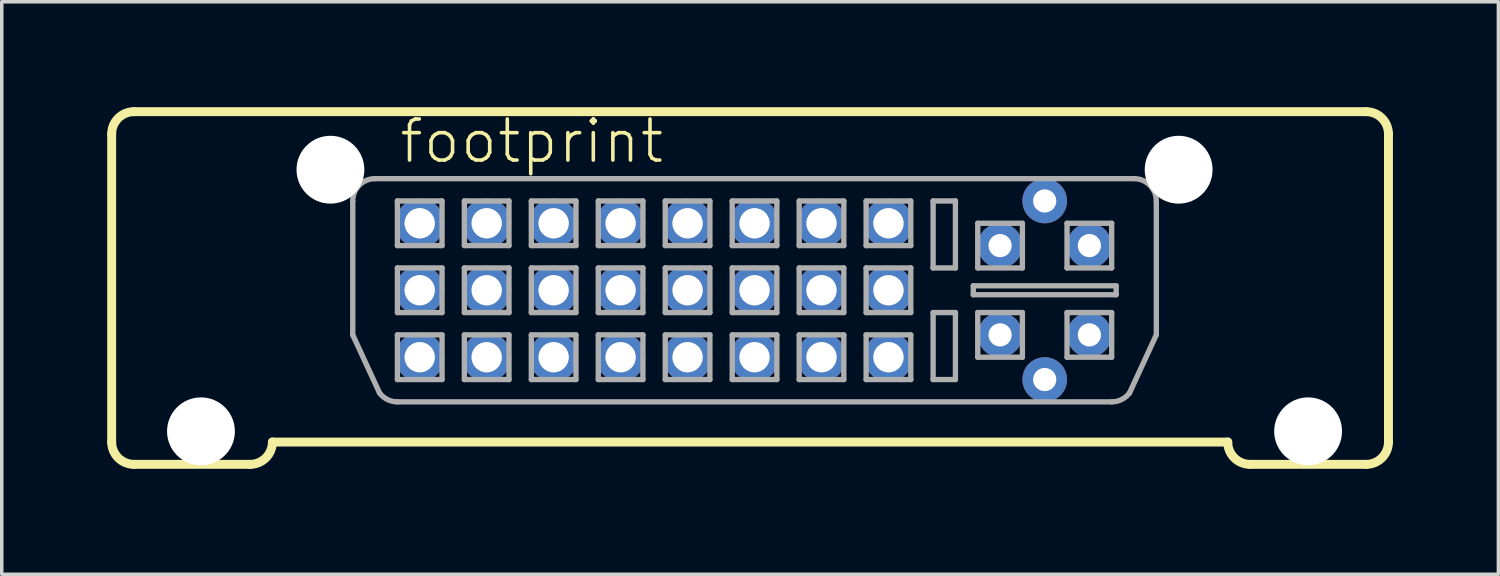
<source format=kicad_pcb>
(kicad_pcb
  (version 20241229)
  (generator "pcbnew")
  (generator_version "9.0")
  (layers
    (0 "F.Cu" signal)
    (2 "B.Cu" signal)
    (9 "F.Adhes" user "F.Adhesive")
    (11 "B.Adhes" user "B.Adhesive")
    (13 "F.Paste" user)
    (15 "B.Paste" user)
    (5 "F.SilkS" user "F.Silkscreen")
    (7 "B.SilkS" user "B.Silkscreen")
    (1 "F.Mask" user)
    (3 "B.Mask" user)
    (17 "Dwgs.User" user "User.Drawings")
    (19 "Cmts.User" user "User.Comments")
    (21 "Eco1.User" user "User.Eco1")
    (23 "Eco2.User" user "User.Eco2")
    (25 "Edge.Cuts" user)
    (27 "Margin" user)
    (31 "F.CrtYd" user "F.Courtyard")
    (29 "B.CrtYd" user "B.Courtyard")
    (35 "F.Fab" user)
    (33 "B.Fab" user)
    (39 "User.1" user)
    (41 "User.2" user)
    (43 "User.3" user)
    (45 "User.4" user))
  (footprint "footprint"
    (layer "F.Cu")
    (at 18.415 4.572)
    (property "Reference" "footprint" (at -10.16 -2.921 0) (layer "F.SilkS") (effects (font (size 1.168 1.168) (thickness 0.102)) (justify left bottom)))
    (fp_line (start -18.288 4.953) (end -18.288 -3.81) (stroke (width 0.254) (type solid)) (layer "F.SilkS"))
    (fp_line (start -17.653 5.588) (end -14.351 5.588) (stroke (width 0.254) (type solid)) (layer "F.SilkS"))
    (fp_line (start -13.716 4.953) (end 13.462 4.953) (stroke (width 0.254) (type solid)) (layer "F.SilkS"))
    (fp_line (start 14.097 5.588) (end 17.399 5.588) (stroke (width 0.254) (type solid)) (layer "F.SilkS"))
    (fp_line (start 17.399 -4.445) (end -17.653 -4.445) (stroke (width 0.254) (type solid)) (layer "F.SilkS"))
    (fp_line (start 18.034 4.953) (end 18.034 -3.81) (stroke (width 0.254) (type solid)) (layer "F.SilkS"))
    (fp_arc (start -18.288 -3.81) (mid -18.102013 -4.259013) (end -17.653 -4.445) (stroke (width 0.254) (type solid)) (layer "F.SilkS"))
    (fp_arc (start -17.653 5.588) (mid -18.102013 5.402013) (end -18.288 4.953) (stroke (width 0.254) (type solid)) (layer "F.SilkS"))
    (fp_arc (start -13.716 4.953) (mid -13.901987 5.402013) (end -14.351 5.588) (stroke (width 0.254) (type solid)) (layer "F.SilkS"))
    (fp_arc (start 14.097 5.588) (mid 13.647987 5.402013) (end 13.462 4.953) (stroke (width 0.254) (type solid)) (layer "F.SilkS"))
    (fp_arc (start 17.399 -4.445) (mid 17.848013 -4.259013) (end 18.034 -3.81) (stroke (width 0.254) (type solid)) (layer "F.SilkS"))
    (fp_arc (start 18.034 4.953) (mid 17.848013 5.402013) (end 17.399 5.588) (stroke (width 0.254) (type solid)) (layer "F.SilkS"))
    (fp_line (start -11.43 -1.905) (end -11.43 1.905) (stroke (width 0.152) (type solid)) (layer "F.Fab"))
    (fp_line (start -11.43 1.905) (end -10.668 3.556) (stroke (width 0.152) (type solid)) (layer "F.Fab"))
    (fp_line (start -10.795 -2.54) (end 10.795 -2.54) (stroke (width 0.152) (type solid)) (layer "F.Fab"))
    (fp_line (start -10.16 -1.905) (end -10.16 -0.635) (stroke (width 0.152) (type solid)) (layer "F.Fab"))
    (fp_line (start -10.16 -0.635) (end -8.89 -0.635) (stroke (width 0.152) (type solid)) (layer "F.Fab"))
    (fp_line (start -10.16 0) (end -10.16 1.27) (stroke (width 0.152) (type solid)) (layer "F.Fab"))
    (fp_line (start -10.16 1.27) (end -8.89 1.27) (stroke (width 0.152) (type solid)) (layer "F.Fab"))
    (fp_line (start -10.16 1.905) (end -10.16 3.175) (stroke (width 0.152) (type solid)) (layer "F.Fab"))
    (fp_line (start -10.16 3.175) (end -8.89 3.175) (stroke (width 0.152) (type solid)) (layer "F.Fab"))
    (fp_line (start -10.16 3.81) (end 10.16 3.81) (stroke (width 0.152) (type solid)) (layer "F.Fab"))
    (fp_line (start -8.89 -1.905) (end -10.16 -1.905) (stroke (width 0.152) (type solid)) (layer "F.Fab"))
    (fp_line (start -8.89 -0.635) (end -8.89 -1.905) (stroke (width 0.152) (type solid)) (layer "F.Fab"))
    (fp_line (start -8.89 0) (end -10.16 0) (stroke (width 0.152) (type solid)) (layer "F.Fab"))
    (fp_line (start -8.89 1.27) (end -8.89 0) (stroke (width 0.152) (type solid)) (layer "F.Fab"))
    (fp_line (start -8.89 1.905) (end -10.16 1.905) (stroke (width 0.152) (type solid)) (layer "F.Fab"))
    (fp_line (start -8.89 3.175) (end -8.89 1.905) (stroke (width 0.152) (type solid)) (layer "F.Fab"))
    (fp_line (start -8.255 -1.905) (end -8.255 -0.635) (stroke (width 0.152) (type solid)) (layer "F.Fab"))
    (fp_line (start -8.255 -0.635) (end -6.985 -0.635) (stroke (width 0.152) (type solid)) (layer "F.Fab"))
    (fp_line (start -8.255 0) (end -8.255 1.27) (stroke (width 0.152) (type solid)) (layer "F.Fab"))
    (fp_line (start -8.255 1.27) (end -6.985 1.27) (stroke (width 0.152) (type solid)) (layer "F.Fab"))
    (fp_line (start -8.255 1.905) (end -8.255 3.175) (stroke (width 0.152) (type solid)) (layer "F.Fab"))
    (fp_line (start -8.255 3.175) (end -6.985 3.175) (stroke (width 0.152) (type solid)) (layer "F.Fab"))
    (fp_line (start -6.985 -1.905) (end -8.255 -1.905) (stroke (width 0.152) (type solid)) (layer "F.Fab"))
    (fp_line (start -6.985 -0.635) (end -6.985 -1.905) (stroke (width 0.152) (type solid)) (layer "F.Fab"))
    (fp_line (start -6.985 0) (end -8.255 0) (stroke (width 0.152) (type solid)) (layer "F.Fab"))
    (fp_line (start -6.985 1.27) (end -6.985 0) (stroke (width 0.152) (type solid)) (layer "F.Fab"))
    (fp_line (start -6.985 1.905) (end -8.255 1.905) (stroke (width 0.152) (type solid)) (layer "F.Fab"))
    (fp_line (start -6.985 3.175) (end -6.985 1.905) (stroke (width 0.152) (type solid)) (layer "F.Fab"))
    (fp_line (start -6.35 -1.905) (end -6.35 -0.635) (stroke (width 0.152) (type solid)) (layer "F.Fab"))
    (fp_line (start -6.35 -0.635) (end -5.08 -0.635) (stroke (width 0.152) (type solid)) (layer "F.Fab"))
    (fp_line (start -6.35 0) (end -6.35 1.27) (stroke (width 0.152) (type solid)) (layer "F.Fab"))
    (fp_line (start -6.35 1.27) (end -5.08 1.27) (stroke (width 0.152) (type solid)) (layer "F.Fab"))
    (fp_line (start -6.35 1.905) (end -6.35 3.175) (stroke (width 0.152) (type solid)) (layer "F.Fab"))
    (fp_line (start -6.35 3.175) (end -5.08 3.175) (stroke (width 0.152) (type solid)) (layer "F.Fab"))
    (fp_line (start -5.08 -1.905) (end -6.35 -1.905) (stroke (width 0.152) (type solid)) (layer "F.Fab"))
    (fp_line (start -5.08 -0.635) (end -5.08 -1.905) (stroke (width 0.152) (type solid)) (layer "F.Fab"))
    (fp_line (start -5.08 0) (end -6.35 0) (stroke (width 0.152) (type solid)) (layer "F.Fab"))
    (fp_line (start -5.08 1.27) (end -5.08 0) (stroke (width 0.152) (type solid)) (layer "F.Fab"))
    (fp_line (start -5.08 1.905) (end -6.35 1.905) (stroke (width 0.152) (type solid)) (layer "F.Fab"))
    (fp_line (start -5.08 3.175) (end -5.08 1.905) (stroke (width 0.152) (type solid)) (layer "F.Fab"))
    (fp_line (start -4.445 -1.905) (end -4.445 -0.635) (stroke (width 0.152) (type solid)) (layer "F.Fab"))
    (fp_line (start -4.445 -0.635) (end -3.175 -0.635) (stroke (width 0.152) (type solid)) (layer "F.Fab"))
    (fp_line (start -4.445 0) (end -4.445 1.27) (stroke (width 0.152) (type solid)) (layer "F.Fab"))
    (fp_line (start -4.445 1.27) (end -3.175 1.27) (stroke (width 0.152) (type solid)) (layer "F.Fab"))
    (fp_line (start -4.445 1.905) (end -4.445 3.175) (stroke (width 0.152) (type solid)) (layer "F.Fab"))
    (fp_line (start -4.445 3.175) (end -3.175 3.175) (stroke (width 0.152) (type solid)) (layer "F.Fab"))
    (fp_line (start -3.175 -1.905) (end -4.445 -1.905) (stroke (width 0.152) (type solid)) (layer "F.Fab"))
    (fp_line (start -3.175 -0.635) (end -3.175 -1.905) (stroke (width 0.152) (type solid)) (layer "F.Fab"))
    (fp_line (start -3.175 0) (end -4.445 0) (stroke (width 0.152) (type solid)) (layer "F.Fab"))
    (fp_line (start -3.175 1.27) (end -3.175 0) (stroke (width 0.152) (type solid)) (layer "F.Fab"))
    (fp_line (start -3.175 1.905) (end -4.445 1.905) (stroke (width 0.152) (type solid)) (layer "F.Fab"))
    (fp_line (start -3.175 3.175) (end -3.175 1.905) (stroke (width 0.152) (type solid)) (layer "F.Fab"))
    (fp_line (start -2.54 -1.905) (end -2.54 -0.635) (stroke (width 0.152) (type solid)) (layer "F.Fab"))
    (fp_line (start -2.54 -0.635) (end -1.27 -0.635) (stroke (width 0.152) (type solid)) (layer "F.Fab"))
    (fp_line (start -2.54 0) (end -2.54 1.27) (stroke (width 0.152) (type solid)) (layer "F.Fab"))
    (fp_line (start -2.54 1.27) (end -1.27 1.27) (stroke (width 0.152) (type solid)) (layer "F.Fab"))
    (fp_line (start -2.54 1.905) (end -2.54 3.175) (stroke (width 0.152) (type solid)) (layer "F.Fab"))
    (fp_line (start -2.54 3.175) (end -1.27 3.175) (stroke (width 0.152) (type solid)) (layer "F.Fab"))
    (fp_line (start -1.27 -1.905) (end -2.54 -1.905) (stroke (width 0.152) (type solid)) (layer "F.Fab"))
    (fp_line (start -1.27 -0.635) (end -1.27 -1.905) (stroke (width 0.152) (type solid)) (layer "F.Fab"))
    (fp_line (start -1.27 0) (end -2.54 0) (stroke (width 0.152) (type solid)) (layer "F.Fab"))
    (fp_line (start -1.27 1.27) (end -1.27 0) (stroke (width 0.152) (type solid)) (layer "F.Fab"))
    (fp_line (start -1.27 1.905) (end -2.54 1.905) (stroke (width 0.152) (type solid)) (layer "F.Fab"))
    (fp_line (start -1.27 3.175) (end -1.27 1.905) (stroke (width 0.152) (type solid)) (layer "F.Fab"))
    (fp_line (start -0.635 -1.905) (end -0.635 -0.635) (stroke (width 0.152) (type solid)) (layer "F.Fab"))
    (fp_line (start -0.635 -0.635) (end 0.635 -0.635) (stroke (width 0.152) (type solid)) (layer "F.Fab"))
    (fp_line (start -0.635 0) (end -0.635 1.27) (stroke (width 0.152) (type solid)) (layer "F.Fab"))
    (fp_line (start -0.635 1.27) (end 0.635 1.27) (stroke (width 0.152) (type solid)) (layer "F.Fab"))
    (fp_line (start -0.635 1.905) (end -0.635 3.175) (stroke (width 0.152) (type solid)) (layer "F.Fab"))
    (fp_line (start -0.635 3.175) (end 0.635 3.175) (stroke (width 0.152) (type solid)) (layer "F.Fab"))
    (fp_line (start 0.635 -1.905) (end -0.635 -1.905) (stroke (width 0.152) (type solid)) (layer "F.Fab"))
    (fp_line (start 0.635 -0.635) (end 0.635 -1.905) (stroke (width 0.152) (type solid)) (layer "F.Fab"))
    (fp_line (start 0.635 0) (end -0.635 0) (stroke (width 0.152) (type solid)) (layer "F.Fab"))
    (fp_line (start 0.635 1.27) (end 0.635 0) (stroke (width 0.152) (type solid)) (layer "F.Fab"))
    (fp_line (start 0.635 1.905) (end -0.635 1.905) (stroke (width 0.152) (type solid)) (layer "F.Fab"))
    (fp_line (start 0.635 3.175) (end 0.635 1.905) (stroke (width 0.152) (type solid)) (layer "F.Fab"))
    (fp_line (start 1.27 -1.905) (end 1.27 -0.635) (stroke (width 0.152) (type solid)) (layer "F.Fab"))
    (fp_line (start 1.27 -0.635) (end 2.54 -0.635) (stroke (width 0.152) (type solid)) (layer "F.Fab"))
    (fp_line (start 1.27 0) (end 1.27 1.27) (stroke (width 0.152) (type solid)) (layer "F.Fab"))
    (fp_line (start 1.27 1.27) (end 2.54 1.27) (stroke (width 0.152) (type solid)) (layer "F.Fab"))
    (fp_line (start 1.27 1.905) (end 1.27 3.175) (stroke (width 0.152) (type solid)) (layer "F.Fab"))
    (fp_line (start 1.27 3.175) (end 2.54 3.175) (stroke (width 0.152) (type solid)) (layer "F.Fab"))
    (fp_line (start 2.54 -1.905) (end 1.27 -1.905) (stroke (width 0.152) (type solid)) (layer "F.Fab"))
    (fp_line (start 2.54 -0.635) (end 2.54 -1.905) (stroke (width 0.152) (type solid)) (layer "F.Fab"))
    (fp_line (start 2.54 0) (end 1.27 0) (stroke (width 0.152) (type solid)) (layer "F.Fab"))
    (fp_line (start 2.54 1.27) (end 2.54 0) (stroke (width 0.152) (type solid)) (layer "F.Fab"))
    (fp_line (start 2.54 1.905) (end 1.27 1.905) (stroke (width 0.152) (type solid)) (layer "F.Fab"))
    (fp_line (start 2.54 3.175) (end 2.54 1.905) (stroke (width 0.152) (type solid)) (layer "F.Fab"))
    (fp_line (start 3.175 -1.905) (end 3.175 -0.635) (stroke (width 0.152) (type solid)) (layer "F.Fab"))
    (fp_line (start 3.175 -0.635) (end 4.445 -0.635) (stroke (width 0.152) (type solid)) (layer "F.Fab"))
    (fp_line (start 3.175 0) (end 3.175 1.27) (stroke (width 0.152) (type solid)) (layer "F.Fab"))
    (fp_line (start 3.175 1.27) (end 4.445 1.27) (stroke (width 0.152) (type solid)) (layer "F.Fab"))
    (fp_line (start 3.175 1.905) (end 3.175 3.175) (stroke (width 0.152) (type solid)) (layer "F.Fab"))
    (fp_line (start 3.175 3.175) (end 4.445 3.175) (stroke (width 0.152) (type solid)) (layer "F.Fab"))
    (fp_line (start 4.445 -1.905) (end 3.175 -1.905) (stroke (width 0.152) (type solid)) (layer "F.Fab"))
    (fp_line (start 4.445 -0.635) (end 4.445 -1.905) (stroke (width 0.152) (type solid)) (layer "F.Fab"))
    (fp_line (start 4.445 0) (end 3.175 0) (stroke (width 0.152) (type solid)) (layer "F.Fab"))
    (fp_line (start 4.445 1.27) (end 4.445 0) (stroke (width 0.152) (type solid)) (layer "F.Fab"))
    (fp_line (start 4.445 1.905) (end 3.175 1.905) (stroke (width 0.152) (type solid)) (layer "F.Fab"))
    (fp_line (start 4.445 3.175) (end 4.445 1.905) (stroke (width 0.152) (type solid)) (layer "F.Fab"))
    (fp_line (start 5.08 -1.905) (end 5.715 -1.905) (stroke (width 0.152) (type solid)) (layer "F.Fab"))
    (fp_line (start 5.08 0) (end 5.08 -1.905) (stroke (width 0.152) (type solid)) (layer "F.Fab"))
    (fp_line (start 5.08 1.27) (end 5.715 1.27) (stroke (width 0.152) (type solid)) (layer "F.Fab"))
    (fp_line (start 5.08 3.175) (end 5.08 1.27) (stroke (width 0.152) (type solid)) (layer "F.Fab"))
    (fp_line (start 5.715 -1.905) (end 5.715 0) (stroke (width 0.152) (type solid)) (layer "F.Fab"))
    (fp_line (start 5.715 0) (end 5.08 0) (stroke (width 0.152) (type solid)) (layer "F.Fab"))
    (fp_line (start 5.715 1.27) (end 5.715 3.175) (stroke (width 0.152) (type solid)) (layer "F.Fab"))
    (fp_line (start 5.715 3.175) (end 5.08 3.175) (stroke (width 0.152) (type solid)) (layer "F.Fab"))
    (fp_line (start 6.223 0.508) (end 10.287 0.508) (stroke (width 0.152) (type solid)) (layer "F.Fab"))
    (fp_line (start 6.223 0.762) (end 6.223 0.508) (stroke (width 0.152) (type solid)) (layer "F.Fab"))
    (fp_line (start 6.35 -1.27) (end 6.35 0) (stroke (width 0.152) (type solid)) (layer "F.Fab"))
    (fp_line (start 6.35 0) (end 7.62 0) (stroke (width 0.152) (type solid)) (layer "F.Fab"))
    (fp_line (start 6.35 1.27) (end 6.35 2.54) (stroke (width 0.152) (type solid)) (layer "F.Fab"))
    (fp_line (start 6.35 2.54) (end 7.62 2.54) (stroke (width 0.152) (type solid)) (layer "F.Fab"))
    (fp_line (start 7.62 -1.27) (end 6.35 -1.27) (stroke (width 0.152) (type solid)) (layer "F.Fab"))
    (fp_line (start 7.62 0) (end 7.62 -1.27) (stroke (width 0.152) (type solid)) (layer "F.Fab"))
    (fp_line (start 7.62 1.27) (end 6.35 1.27) (stroke (width 0.152) (type solid)) (layer "F.Fab"))
    (fp_line (start 7.62 2.54) (end 7.62 1.27) (stroke (width 0.152) (type solid)) (layer "F.Fab"))
    (fp_line (start 8.89 -1.27) (end 8.89 0) (stroke (width 0.152) (type solid)) (layer "F.Fab"))
    (fp_line (start 8.89 0) (end 10.16 0) (stroke (width 0.152) (type solid)) (layer "F.Fab"))
    (fp_line (start 8.89 1.27) (end 8.89 2.54) (stroke (width 0.152) (type solid)) (layer "F.Fab"))
    (fp_line (start 8.89 2.54) (end 10.16 2.54) (stroke (width 0.152) (type solid)) (layer "F.Fab"))
    (fp_line (start 10.16 -1.27) (end 8.89 -1.27) (stroke (width 0.152) (type solid)) (layer "F.Fab"))
    (fp_line (start 10.16 0) (end 10.16 -1.27) (stroke (width 0.152) (type solid)) (layer "F.Fab"))
    (fp_line (start 10.16 1.27) (end 8.89 1.27) (stroke (width 0.152) (type solid)) (layer "F.Fab"))
    (fp_line (start 10.16 2.54) (end 10.16 1.27) (stroke (width 0.152) (type solid)) (layer "F.Fab"))
    (fp_line (start 10.287 0.508) (end 10.287 0.762) (stroke (width 0.152) (type solid)) (layer "F.Fab"))
    (fp_line (start 10.287 0.762) (end 6.223 0.762) (stroke (width 0.152) (type solid)) (layer "F.Fab"))
    (fp_line (start 11.43 -1.905) (end 11.43 1.905) (stroke (width 0.152) (type solid)) (layer "F.Fab"))
    (fp_line (start 11.43 1.905) (end 10.668 3.556) (stroke (width 0.152) (type solid)) (layer "F.Fab"))
    (fp_arc (start -11.43 -1.905) (mid -11.244013 -2.354013) (end -10.795 -2.54) (stroke (width 0.1524) (type solid)) (layer "F.Fab"))
    (fp_arc (start -10.159999 3.81) (mid -10.44398 3.742961) (end -10.668 3.556) (stroke (width 0.1524) (type solid)) (layer "F.Fab"))
    (fp_arc (start 10.668 3.555999) (mid 10.443981 3.742961) (end 10.16 3.81) (stroke (width 0.1524) (type solid)) (layer "F.Fab"))
    (fp_arc (start 10.795 -2.54) (mid 11.244013 -2.354013) (end 11.43 -1.905) (stroke (width 0.1524) (type solid)) (layer "F.Fab"))
    (pad "" np_thru_hole circle (at -15.748 4.648) (size 1.93 1.93) (drill 1.93) (layers "*.Cu" "*.Mask"))
    (pad "" np_thru_hole circle (at -12.065 -2.794) (size 1.93 1.93) (drill 1.93) (layers "*.Cu" "*.Mask"))
    (pad "" np_thru_hole circle (at 12.065 -2.794) (size 1.93 1.93) (drill 1.93) (layers "*.Cu" "*.Mask"))
    (pad "" np_thru_hole circle (at 15.748 4.648) (size 1.93 1.93) (drill 1.93) (layers "*.Cu" "*.Mask"))
    (pad "1" thru_hole circle (at -9.525 -1.27) (size 1.397 1.397) (drill 0.864) (layers "*.Cu" "*.Mask"))
    (pad "2" thru_hole circle (at -7.62 -1.27) (size 1.397 1.397) (drill 0.864) (layers "*.Cu" "*.Mask"))
    (pad "3" thru_hole circle (at -5.715 -1.27) (size 1.397 1.397) (drill 0.864) (layers "*.Cu" "*.Mask"))
    (pad "4" thru_hole circle (at -3.81 -1.27) (size 1.397 1.397) (drill 0.864) (layers "*.Cu" "*.Mask"))
    (pad "5" thru_hole circle (at -1.905 -1.27) (size 1.397 1.397) (drill 0.864) (layers "*.Cu" "*.Mask"))
    (pad "6" thru_hole circle (at 0 -1.27) (size 1.397 1.397) (drill 0.864) (layers "*.Cu" "*.Mask"))
    (pad "7" thru_hole circle (at 1.905 -1.27) (size 1.397 1.397) (drill 0.864) (layers "*.Cu" "*.Mask"))
    (pad "8" thru_hole circle (at 3.81 -1.27) (size 1.397 1.397) (drill 0.864) (layers "*.Cu" "*.Mask"))
    (pad "9" thru_hole circle (at -9.525 0.635) (size 1.397 1.397) (drill 0.864) (layers "*.Cu" "*.Mask"))
    (pad "10" thru_hole circle (at -7.62 0.635) (size 1.397 1.397) (drill 0.864) (layers "*.Cu" "*.Mask"))
    (pad "11" thru_hole circle (at -5.715 0.635) (size 1.397 1.397) (drill 0.864) (layers "*.Cu" "*.Mask"))
    (pad "12" thru_hole circle (at -3.81 0.635) (size 1.397 1.397) (drill 0.864) (layers "*.Cu" "*.Mask"))
    (pad "13" thru_hole circle (at -1.905 0.635) (size 1.397 1.397) (drill 0.864) (layers "*.Cu" "*.Mask"))
    (pad "14" thru_hole circle (at 0 0.635) (size 1.397 1.397) (drill 0.864) (layers "*.Cu" "*.Mask"))
    (pad "15" thru_hole circle (at 1.905 0.635) (size 1.397 1.397) (drill 0.864) (layers "*.Cu" "*.Mask"))
    (pad "16" thru_hole circle (at 3.81 0.635) (size 1.397 1.397) (drill 0.864) (layers "*.Cu" "*.Mask"))
    (pad "17" thru_hole circle (at -9.525 2.54) (size 1.397 1.397) (drill 0.864) (layers "*.Cu" "*.Mask"))
    (pad "18" thru_hole circle (at -7.62 2.54) (size 1.397 1.397) (drill 0.864) (layers "*.Cu" "*.Mask"))
    (pad "19" thru_hole circle (at -5.715 2.54) (size 1.397 1.397) (drill 0.864) (layers "*.Cu" "*.Mask"))
    (pad "20" thru_hole circle (at -3.81 2.54) (size 1.397 1.397) (drill 0.864) (layers "*.Cu" "*.Mask"))
    (pad "21" thru_hole circle (at -1.905 2.54) (size 1.397 1.397) (drill 0.864) (layers "*.Cu" "*.Mask"))
    (pad "22" thru_hole circle (at 0 2.54) (size 1.397 1.397) (drill 0.864) (layers "*.Cu" "*.Mask"))
    (pad "23" thru_hole circle (at 1.905 2.54) (size 1.397 1.397) (drill 0.864) (layers "*.Cu" "*.Mask"))
    (pad "24" thru_hole circle (at 3.81 2.54) (size 1.397 1.397) (drill 0.864) (layers "*.Cu" "*.Mask"))
    (pad "C1" thru_hole circle (at 6.985 -0.635) (size 1.27 1.27) (drill 0.66) (layers "*.Cu" "*.Mask"))
    (pad "C2" thru_hole circle (at 9.525 -0.635) (size 1.27 1.27) (drill 0.66) (layers "*.Cu" "*.Mask"))
    (pad "C3" thru_hole circle (at 6.985 1.905) (size 1.27 1.27) (drill 0.66) (layers "*.Cu" "*.Mask"))
    (pad "C4" thru_hole circle (at 9.525 1.905) (size 1.27 1.27) (drill 0.66) (layers "*.Cu" "*.Mask"))
    (pad "C5" thru_hole circle (at 8.255 3.175) (size 1.27 1.27) (drill 0.66) (layers "*.Cu" "*.Mask"))
    (pad "C6" thru_hole circle (at 8.255 -1.905) (size 1.27 1.27) (drill 0.66) (layers "*.Cu" "*.Mask")))
  (gr_rect
    (start -3 -3)
    (end 39.576 13.287)
    (stroke (width 0.1) (type default))
    (fill no)
    (layer "Edge.Cuts")))
</source>
